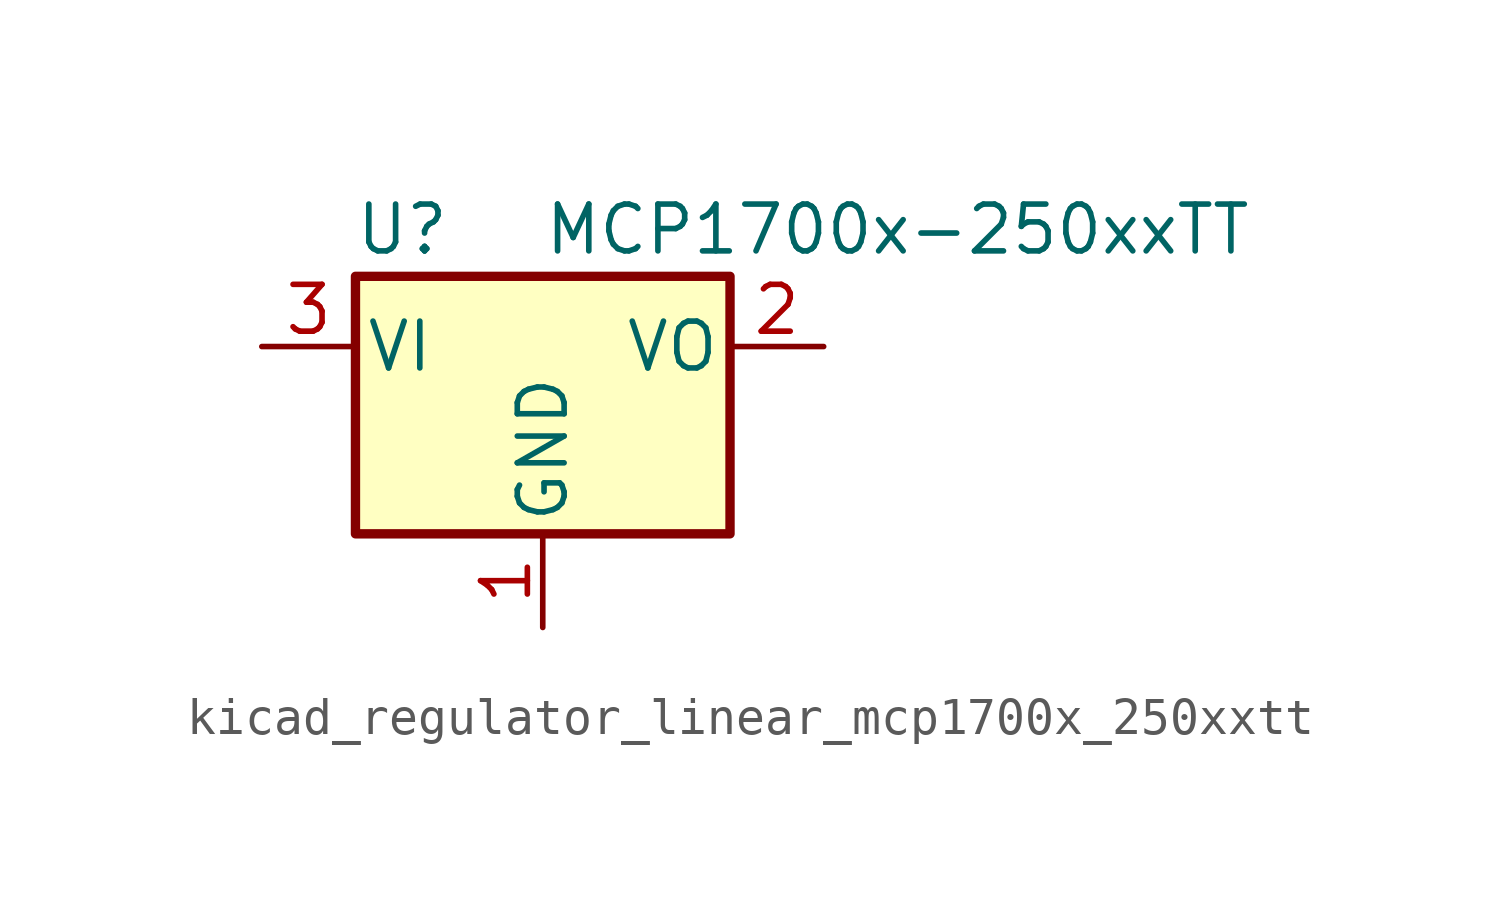
<source format=kicad_sym>
(kicad_symbol_lib
  (version 20220914)
  (generator kicad_symbol_editor)
  (symbol "kicad_regulator_linear_mcp1700x_250xxtt"
    (pin_names
      (offset 0.254))
    (property "Reference" "U"
      (at -3.81 3.175 0)
      (effects (font (size 1.27 1.27))))
    (property "Value" "MCP1700x-250xxTT"
      (at 0 3.175 0)
      (effects (font (size 1.27 1.27)) (justify left)))
    (symbol "kicad_regulator_linear_mcp1700x_250xxtt_0_1"
      (rectangle (start -5.08 1.905) (end 5.08 -5.08) (stroke (width 0.254) (type default)) (fill (type background))))
    (symbol "kicad_regulator_linear_mcp1700x_250xxtt_1_1"
      (pin power_in line (at 0 -7.62 90) (length 2.54) (name "GND" (effects (font (size 1.27 1.27)))) (number "1" (effects (font (size 1.27 1.27)))))
      (pin power_out line (at 7.62 0 180) (length 2.54) (name "VO" (effects (font (size 1.27 1.27)))) (number "2" (effects (font (size 1.27 1.27)))))
      (pin power_in line (at -7.62 0 0) (length 2.54) (name "VI" (effects (font (size 1.27 1.27)))) (number "3" (effects (font (size 1.27 1.27))))))))
</source>
